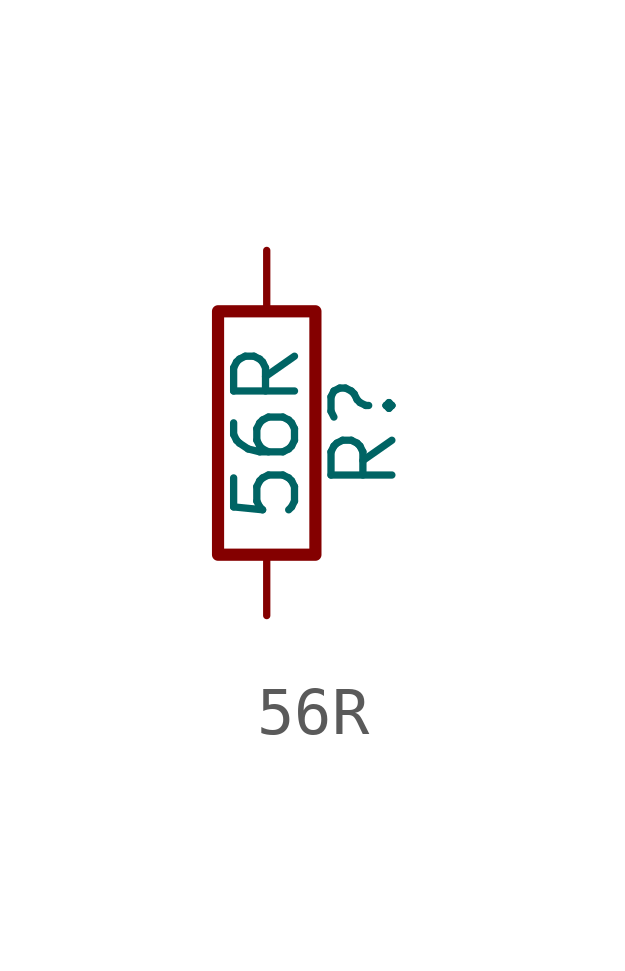
<source format=kicad_sym>
(kicad_symbol_lib
  (version 20220914)
  (generator kicad_db_lib)
  (symbol "56R"
    (pin_numbers hide)
    (pin_names
      (offset 0))
    (property "Reference" "R"
      (at 2.032 0 90)
      (effects (font (size 1.27 1.27))))
    (property "Value" "56R"
      (at 0 0 90)
      (effects (font (size 1.27 1.27))))
    (symbol "56R_0_1"
      (rectangle (start -1.016 -2.54) (end 1.016 2.54) (stroke (width 0.254) (type default)) (fill (type none))))
    (symbol "56R_1_1"
      (pin passive line (at 0 3.81 270) (length 1.27) (name "~" (effects (font (size 1.27 1.27)))) (number "1" (effects (font (size 1.27 1.27)))))
      (pin passive line (at 0 -3.81 90) (length 1.27) (name "~" (effects (font (size 1.27 1.27)))) (number "2" (effects (font (size 1.27 1.27))))))))
</source>
